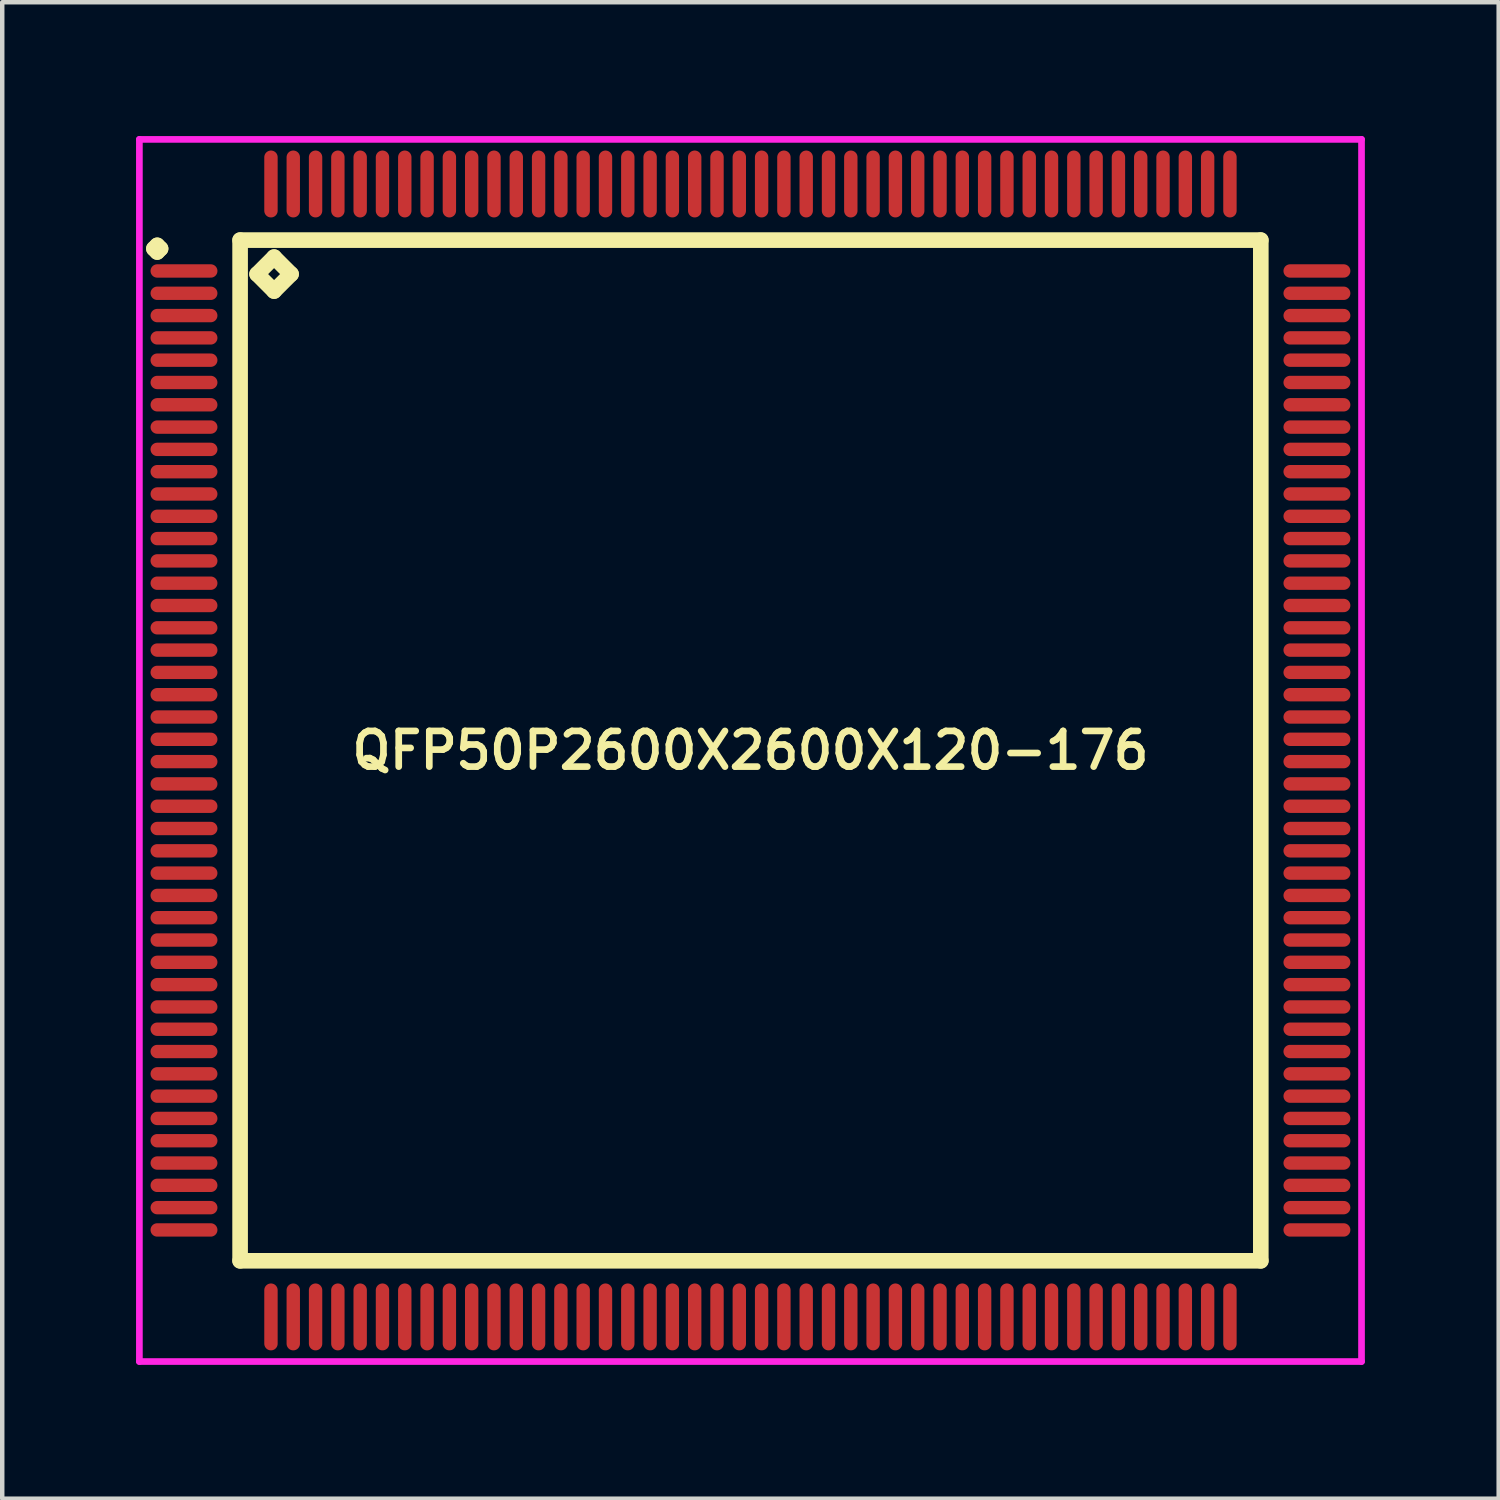
<source format=kicad_pcb>
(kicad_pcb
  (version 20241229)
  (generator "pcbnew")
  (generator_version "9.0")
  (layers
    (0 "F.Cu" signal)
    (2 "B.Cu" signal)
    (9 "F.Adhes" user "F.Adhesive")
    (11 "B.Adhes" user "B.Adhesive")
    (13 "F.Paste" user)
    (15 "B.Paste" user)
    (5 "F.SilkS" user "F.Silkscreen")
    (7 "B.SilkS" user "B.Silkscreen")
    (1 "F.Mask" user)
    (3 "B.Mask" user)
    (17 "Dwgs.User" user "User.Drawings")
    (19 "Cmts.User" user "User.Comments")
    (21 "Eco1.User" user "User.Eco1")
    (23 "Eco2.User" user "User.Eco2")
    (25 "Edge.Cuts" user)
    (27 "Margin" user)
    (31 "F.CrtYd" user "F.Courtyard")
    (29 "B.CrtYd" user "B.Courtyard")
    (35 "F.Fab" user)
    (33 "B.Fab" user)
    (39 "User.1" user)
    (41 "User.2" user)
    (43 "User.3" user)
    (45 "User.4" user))
  (footprint "QFP50P2600X2600X120-176"
    (layer "F.Cu")
    (at 13.775 13.775)
    (property "Reference" "QFP50P2600X2600X120-176" (at 0 0 0) (layer "F.SilkS") (effects (font (size 0.8 0.8) (thickness 0.15))))
    (attr smd)
    (fp_line (start -13.375 -11.25) (end -13.3 -11.325) (stroke (width 0.35) (type solid)) (layer "F.SilkS"))
    (fp_line (start -13.3 -11.325) (end -13.225 -11.25) (stroke (width 0.35) (type solid)) (layer "F.SilkS"))
    (fp_line (start -13.3 -11.175) (end -13.375 -11.25) (stroke (width 0.35) (type solid)) (layer "F.SilkS"))
    (fp_line (start -13.225 -11.25) (end -13.3 -11.175) (stroke (width 0.35) (type solid)) (layer "F.SilkS"))
    (fp_line (start -11.442 -11.442) (end -11.442 11.442) (stroke (width 0.35) (type solid)) (layer "F.SilkS"))
    (fp_line (start -11.442 11.442) (end 11.442 11.442) (stroke (width 0.35) (type solid)) (layer "F.SilkS"))
    (fp_line (start -11.061 -10.68) (end -10.68 -11.061) (stroke (width 0.35) (type solid)) (layer "F.SilkS"))
    (fp_line (start -10.68 -11.061) (end -10.299 -10.68) (stroke (width 0.35) (type solid)) (layer "F.SilkS"))
    (fp_line (start -10.68 -10.299) (end -11.061 -10.68) (stroke (width 0.35) (type solid)) (layer "F.SilkS"))
    (fp_line (start -10.299 -10.68) (end -10.68 -10.299) (stroke (width 0.35) (type solid)) (layer "F.SilkS"))
    (fp_line (start 11.442 -11.442) (end -11.442 -11.442) (stroke (width 0.35) (type solid)) (layer "F.SilkS"))
    (fp_line (start 11.442 11.442) (end 11.442 -11.442) (stroke (width 0.35) (type solid)) (layer "F.SilkS"))
    (fp_line (start -13.7 -13.7) (end 13.7 -13.7) (stroke (width 0.15) (type solid)) (layer "F.CrtYd"))
    (fp_line (start -13.7 13.7) (end -13.7 -13.7) (stroke (width 0.15) (type solid)) (layer "F.CrtYd"))
    (fp_line (start 13.7 -13.7) (end 13.7 13.7) (stroke (width 0.15) (type solid)) (layer "F.CrtYd"))
    (fp_line (start 13.7 13.7) (end -13.7 13.7) (stroke (width 0.15) (type solid)) (layer "F.CrtYd"))
    (pad "1" smd oval (at -12.7 -10.75) (size 1.5 0.3) (layers "F.Cu" "F.Mask" "F.Paste"))
    (pad "2" smd oval (at -12.7 -10.25) (size 1.5 0.3) (layers "F.Cu" "F.Mask" "F.Paste"))
    (pad "3" smd oval (at -12.7 -9.75) (size 1.5 0.3) (layers "F.Cu" "F.Mask" "F.Paste"))
    (pad "4" smd oval (at -12.7 -9.25) (size 1.5 0.3) (layers "F.Cu" "F.Mask" "F.Paste"))
    (pad "5" smd oval (at -12.7 -8.75) (size 1.5 0.3) (layers "F.Cu" "F.Mask" "F.Paste"))
    (pad "6" smd oval (at -12.7 -8.25) (size 1.5 0.3) (layers "F.Cu" "F.Mask" "F.Paste"))
    (pad "7" smd oval (at -12.7 -7.75) (size 1.5 0.3) (layers "F.Cu" "F.Mask" "F.Paste"))
    (pad "8" smd oval (at -12.7 -7.25) (size 1.5 0.3) (layers "F.Cu" "F.Mask" "F.Paste"))
    (pad "9" smd oval (at -12.7 -6.75) (size 1.5 0.3) (layers "F.Cu" "F.Mask" "F.Paste"))
    (pad "10" smd oval (at -12.7 -6.25) (size 1.5 0.3) (layers "F.Cu" "F.Mask" "F.Paste"))
    (pad "11" smd oval (at -12.7 -5.75) (size 1.5 0.3) (layers "F.Cu" "F.Mask" "F.Paste"))
    (pad "12" smd oval (at -12.7 -5.25) (size 1.5 0.3) (layers "F.Cu" "F.Mask" "F.Paste"))
    (pad "13" smd oval (at -12.7 -4.75) (size 1.5 0.3) (layers "F.Cu" "F.Mask" "F.Paste"))
    (pad "14" smd oval (at -12.7 -4.25) (size 1.5 0.3) (layers "F.Cu" "F.Mask" "F.Paste"))
    (pad "15" smd oval (at -12.7 -3.75) (size 1.5 0.3) (layers "F.Cu" "F.Mask" "F.Paste"))
    (pad "16" smd oval (at -12.7 -3.25) (size 1.5 0.3) (layers "F.Cu" "F.Mask" "F.Paste"))
    (pad "17" smd oval (at -12.7 -2.75) (size 1.5 0.3) (layers "F.Cu" "F.Mask" "F.Paste"))
    (pad "18" smd oval (at -12.7 -2.25) (size 1.5 0.3) (layers "F.Cu" "F.Mask" "F.Paste"))
    (pad "19" smd oval (at -12.7 -1.75) (size 1.5 0.3) (layers "F.Cu" "F.Mask" "F.Paste"))
    (pad "20" smd oval (at -12.7 -1.25) (size 1.5 0.3) (layers "F.Cu" "F.Mask" "F.Paste"))
    (pad "21" smd oval (at -12.7 -0.75) (size 1.5 0.3) (layers "F.Cu" "F.Mask" "F.Paste"))
    (pad "22" smd oval (at -12.7 -0.25) (size 1.5 0.3) (layers "F.Cu" "F.Mask" "F.Paste"))
    (pad "23" smd oval (at -12.7 0.25) (size 1.5 0.3) (layers "F.Cu" "F.Mask" "F.Paste"))
    (pad "24" smd oval (at -12.7 0.75) (size 1.5 0.3) (layers "F.Cu" "F.Mask" "F.Paste"))
    (pad "25" smd oval (at -12.7 1.25) (size 1.5 0.3) (layers "F.Cu" "F.Mask" "F.Paste"))
    (pad "26" smd oval (at -12.7 1.75) (size 1.5 0.3) (layers "F.Cu" "F.Mask" "F.Paste"))
    (pad "27" smd oval (at -12.7 2.25) (size 1.5 0.3) (layers "F.Cu" "F.Mask" "F.Paste"))
    (pad "28" smd oval (at -12.7 2.75) (size 1.5 0.3) (layers "F.Cu" "F.Mask" "F.Paste"))
    (pad "29" smd oval (at -12.7 3.25) (size 1.5 0.3) (layers "F.Cu" "F.Mask" "F.Paste"))
    (pad "30" smd oval (at -12.7 3.75) (size 1.5 0.3) (layers "F.Cu" "F.Mask" "F.Paste"))
    (pad "31" smd oval (at -12.7 4.25) (size 1.5 0.3) (layers "F.Cu" "F.Mask" "F.Paste"))
    (pad "32" smd oval (at -12.7 4.75) (size 1.5 0.3) (layers "F.Cu" "F.Mask" "F.Paste"))
    (pad "33" smd oval (at -12.7 5.25) (size 1.5 0.3) (layers "F.Cu" "F.Mask" "F.Paste"))
    (pad "34" smd oval (at -12.7 5.75) (size 1.5 0.3) (layers "F.Cu" "F.Mask" "F.Paste"))
    (pad "35" smd oval (at -12.7 6.25) (size 1.5 0.3) (layers "F.Cu" "F.Mask" "F.Paste"))
    (pad "36" smd oval (at -12.7 6.75) (size 1.5 0.3) (layers "F.Cu" "F.Mask" "F.Paste"))
    (pad "37" smd oval (at -12.7 7.25) (size 1.5 0.3) (layers "F.Cu" "F.Mask" "F.Paste"))
    (pad "38" smd oval (at -12.7 7.75) (size 1.5 0.3) (layers "F.Cu" "F.Mask" "F.Paste"))
    (pad "39" smd oval (at -12.7 8.25) (size 1.5 0.3) (layers "F.Cu" "F.Mask" "F.Paste"))
    (pad "40" smd oval (at -12.7 8.75) (size 1.5 0.3) (layers "F.Cu" "F.Mask" "F.Paste"))
    (pad "41" smd oval (at -12.7 9.25) (size 1.5 0.3) (layers "F.Cu" "F.Mask" "F.Paste"))
    (pad "42" smd oval (at -12.7 9.75) (size 1.5 0.3) (layers "F.Cu" "F.Mask" "F.Paste"))
    (pad "43" smd oval (at -12.7 10.25) (size 1.5 0.3) (layers "F.Cu" "F.Mask" "F.Paste"))
    (pad "44" smd oval (at -12.7 10.75) (size 1.5 0.3) (layers "F.Cu" "F.Mask" "F.Paste"))
    (pad "45" smd oval (at -10.75 12.7) (size 0.3 1.5) (layers "F.Cu" "F.Mask" "F.Paste"))
    (pad "46" smd oval (at -10.25 12.7) (size 0.3 1.5) (layers "F.Cu" "F.Mask" "F.Paste"))
    (pad "47" smd oval (at -9.75 12.7) (size 0.3 1.5) (layers "F.Cu" "F.Mask" "F.Paste"))
    (pad "48" smd oval (at -9.25 12.7) (size 0.3 1.5) (layers "F.Cu" "F.Mask" "F.Paste"))
    (pad "49" smd oval (at -8.75 12.7) (size 0.3 1.5) (layers "F.Cu" "F.Mask" "F.Paste"))
    (pad "50" smd oval (at -8.25 12.7) (size 0.3 1.5) (layers "F.Cu" "F.Mask" "F.Paste"))
    (pad "51" smd oval (at -7.75 12.7) (size 0.3 1.5) (layers "F.Cu" "F.Mask" "F.Paste"))
    (pad "52" smd oval (at -7.25 12.7) (size 0.3 1.5) (layers "F.Cu" "F.Mask" "F.Paste"))
    (pad "53" smd oval (at -6.75 12.7) (size 0.3 1.5) (layers "F.Cu" "F.Mask" "F.Paste"))
    (pad "54" smd oval (at -6.25 12.7) (size 0.3 1.5) (layers "F.Cu" "F.Mask" "F.Paste"))
    (pad "55" smd oval (at -5.75 12.7) (size 0.3 1.5) (layers "F.Cu" "F.Mask" "F.Paste"))
    (pad "56" smd oval (at -5.25 12.7) (size 0.3 1.5) (layers "F.Cu" "F.Mask" "F.Paste"))
    (pad "57" smd oval (at -4.75 12.7) (size 0.3 1.5) (layers "F.Cu" "F.Mask" "F.Paste"))
    (pad "58" smd oval (at -4.25 12.7) (size 0.3 1.5) (layers "F.Cu" "F.Mask" "F.Paste"))
    (pad "59" smd oval (at -3.75 12.7) (size 0.3 1.5) (layers "F.Cu" "F.Mask" "F.Paste"))
    (pad "60" smd oval (at -3.25 12.7) (size 0.3 1.5) (layers "F.Cu" "F.Mask" "F.Paste"))
    (pad "61" smd oval (at -2.75 12.7) (size 0.3 1.5) (layers "F.Cu" "F.Mask" "F.Paste"))
    (pad "62" smd oval (at -2.25 12.7) (size 0.3 1.5) (layers "F.Cu" "F.Mask" "F.Paste"))
    (pad "63" smd oval (at -1.75 12.7) (size 0.3 1.5) (layers "F.Cu" "F.Mask" "F.Paste"))
    (pad "64" smd oval (at -1.25 12.7) (size 0.3 1.5) (layers "F.Cu" "F.Mask" "F.Paste"))
    (pad "65" smd oval (at -0.75 12.7) (size 0.3 1.5) (layers "F.Cu" "F.Mask" "F.Paste"))
    (pad "66" smd oval (at -0.25 12.7) (size 0.3 1.5) (layers "F.Cu" "F.Mask" "F.Paste"))
    (pad "67" smd oval (at 0.25 12.7) (size 0.3 1.5) (layers "F.Cu" "F.Mask" "F.Paste"))
    (pad "68" smd oval (at 0.75 12.7) (size 0.3 1.5) (layers "F.Cu" "F.Mask" "F.Paste"))
    (pad "69" smd oval (at 1.25 12.7) (size 0.3 1.5) (layers "F.Cu" "F.Mask" "F.Paste"))
    (pad "70" smd oval (at 1.75 12.7) (size 0.3 1.5) (layers "F.Cu" "F.Mask" "F.Paste"))
    (pad "71" smd oval (at 2.25 12.7) (size 0.3 1.5) (layers "F.Cu" "F.Mask" "F.Paste"))
    (pad "72" smd oval (at 2.75 12.7) (size 0.3 1.5) (layers "F.Cu" "F.Mask" "F.Paste"))
    (pad "73" smd oval (at 3.25 12.7) (size 0.3 1.5) (layers "F.Cu" "F.Mask" "F.Paste"))
    (pad "74" smd oval (at 3.75 12.7) (size 0.3 1.5) (layers "F.Cu" "F.Mask" "F.Paste"))
    (pad "75" smd oval (at 4.25 12.7) (size 0.3 1.5) (layers "F.Cu" "F.Mask" "F.Paste"))
    (pad "76" smd oval (at 4.75 12.7) (size 0.3 1.5) (layers "F.Cu" "F.Mask" "F.Paste"))
    (pad "77" smd oval (at 5.25 12.7) (size 0.3 1.5) (layers "F.Cu" "F.Mask" "F.Paste"))
    (pad "78" smd oval (at 5.75 12.7) (size 0.3 1.5) (layers "F.Cu" "F.Mask" "F.Paste"))
    (pad "79" smd oval (at 6.25 12.7) (size 0.3 1.5) (layers "F.Cu" "F.Mask" "F.Paste"))
    (pad "80" smd oval (at 6.75 12.7) (size 0.3 1.5) (layers "F.Cu" "F.Mask" "F.Paste"))
    (pad "81" smd oval (at 7.25 12.7) (size 0.3 1.5) (layers "F.Cu" "F.Mask" "F.Paste"))
    (pad "82" smd oval (at 7.75 12.7) (size 0.3 1.5) (layers "F.Cu" "F.Mask" "F.Paste"))
    (pad "83" smd oval (at 8.25 12.7) (size 0.3 1.5) (layers "F.Cu" "F.Mask" "F.Paste"))
    (pad "84" smd oval (at 8.75 12.7) (size 0.3 1.5) (layers "F.Cu" "F.Mask" "F.Paste"))
    (pad "85" smd oval (at 9.25 12.7) (size 0.3 1.5) (layers "F.Cu" "F.Mask" "F.Paste"))
    (pad "86" smd oval (at 9.75 12.7) (size 0.3 1.5) (layers "F.Cu" "F.Mask" "F.Paste"))
    (pad "87" smd oval (at 10.25 12.7) (size 0.3 1.5) (layers "F.Cu" "F.Mask" "F.Paste"))
    (pad "88" smd oval (at 10.75 12.7) (size 0.3 1.5) (layers "F.Cu" "F.Mask" "F.Paste"))
    (pad "89" smd oval (at 12.7 10.75) (size 1.5 0.3) (layers "F.Cu" "F.Mask" "F.Paste"))
    (pad "90" smd oval (at 12.7 10.25) (size 1.5 0.3) (layers "F.Cu" "F.Mask" "F.Paste"))
    (pad "91" smd oval (at 12.7 9.75) (size 1.5 0.3) (layers "F.Cu" "F.Mask" "F.Paste"))
    (pad "92" smd oval (at 12.7 9.25) (size 1.5 0.3) (layers "F.Cu" "F.Mask" "F.Paste"))
    (pad "93" smd oval (at 12.7 8.75) (size 1.5 0.3) (layers "F.Cu" "F.Mask" "F.Paste"))
    (pad "94" smd oval (at 12.7 8.25) (size 1.5 0.3) (layers "F.Cu" "F.Mask" "F.Paste"))
    (pad "95" smd oval (at 12.7 7.75) (size 1.5 0.3) (layers "F.Cu" "F.Mask" "F.Paste"))
    (pad "96" smd oval (at 12.7 7.25) (size 1.5 0.3) (layers "F.Cu" "F.Mask" "F.Paste"))
    (pad "97" smd oval (at 12.7 6.75) (size 1.5 0.3) (layers "F.Cu" "F.Mask" "F.Paste"))
    (pad "98" smd oval (at 12.7 6.25) (size 1.5 0.3) (layers "F.Cu" "F.Mask" "F.Paste"))
    (pad "99" smd oval (at 12.7 5.75) (size 1.5 0.3) (layers "F.Cu" "F.Mask" "F.Paste"))
    (pad "100" smd oval (at 12.7 5.25) (size 1.5 0.3) (layers "F.Cu" "F.Mask" "F.Paste"))
    (pad "101" smd oval (at 12.7 4.75) (size 1.5 0.3) (layers "F.Cu" "F.Mask" "F.Paste"))
    (pad "102" smd oval (at 12.7 4.25) (size 1.5 0.3) (layers "F.Cu" "F.Mask" "F.Paste"))
    (pad "103" smd oval (at 12.7 3.75) (size 1.5 0.3) (layers "F.Cu" "F.Mask" "F.Paste"))
    (pad "104" smd oval (at 12.7 3.25) (size 1.5 0.3) (layers "F.Cu" "F.Mask" "F.Paste"))
    (pad "105" smd oval (at 12.7 2.75) (size 1.5 0.3) (layers "F.Cu" "F.Mask" "F.Paste"))
    (pad "106" smd oval (at 12.7 2.25) (size 1.5 0.3) (layers "F.Cu" "F.Mask" "F.Paste"))
    (pad "107" smd oval (at 12.7 1.75) (size 1.5 0.3) (layers "F.Cu" "F.Mask" "F.Paste"))
    (pad "108" smd oval (at 12.7 1.25) (size 1.5 0.3) (layers "F.Cu" "F.Mask" "F.Paste"))
    (pad "109" smd oval (at 12.7 0.75) (size 1.5 0.3) (layers "F.Cu" "F.Mask" "F.Paste"))
    (pad "110" smd oval (at 12.7 0.25) (size 1.5 0.3) (layers "F.Cu" "F.Mask" "F.Paste"))
    (pad "111" smd oval (at 12.7 -0.25) (size 1.5 0.3) (layers "F.Cu" "F.Mask" "F.Paste"))
    (pad "112" smd oval (at 12.7 -0.75) (size 1.5 0.3) (layers "F.Cu" "F.Mask" "F.Paste"))
    (pad "113" smd oval (at 12.7 -1.25) (size 1.5 0.3) (layers "F.Cu" "F.Mask" "F.Paste"))
    (pad "114" smd oval (at 12.7 -1.75) (size 1.5 0.3) (layers "F.Cu" "F.Mask" "F.Paste"))
    (pad "115" smd oval (at 12.7 -2.25) (size 1.5 0.3) (layers "F.Cu" "F.Mask" "F.Paste"))
    (pad "116" smd oval (at 12.7 -2.75) (size 1.5 0.3) (layers "F.Cu" "F.Mask" "F.Paste"))
    (pad "117" smd oval (at 12.7 -3.25) (size 1.5 0.3) (layers "F.Cu" "F.Mask" "F.Paste"))
    (pad "118" smd oval (at 12.7 -3.75) (size 1.5 0.3) (layers "F.Cu" "F.Mask" "F.Paste"))
    (pad "119" smd oval (at 12.7 -4.25) (size 1.5 0.3) (layers "F.Cu" "F.Mask" "F.Paste"))
    (pad "120" smd oval (at 12.7 -4.75) (size 1.5 0.3) (layers "F.Cu" "F.Mask" "F.Paste"))
    (pad "121" smd oval (at 12.7 -5.25) (size 1.5 0.3) (layers "F.Cu" "F.Mask" "F.Paste"))
    (pad "122" smd oval (at 12.7 -5.75) (size 1.5 0.3) (layers "F.Cu" "F.Mask" "F.Paste"))
    (pad "123" smd oval (at 12.7 -6.25) (size 1.5 0.3) (layers "F.Cu" "F.Mask" "F.Paste"))
    (pad "124" smd oval (at 12.7 -6.75) (size 1.5 0.3) (layers "F.Cu" "F.Mask" "F.Paste"))
    (pad "125" smd oval (at 12.7 -7.25) (size 1.5 0.3) (layers "F.Cu" "F.Mask" "F.Paste"))
    (pad "126" smd oval (at 12.7 -7.75) (size 1.5 0.3) (layers "F.Cu" "F.Mask" "F.Paste"))
    (pad "127" smd oval (at 12.7 -8.25) (size 1.5 0.3) (layers "F.Cu" "F.Mask" "F.Paste"))
    (pad "128" smd oval (at 12.7 -8.75) (size 1.5 0.3) (layers "F.Cu" "F.Mask" "F.Paste"))
    (pad "129" smd oval (at 12.7 -9.25) (size 1.5 0.3) (layers "F.Cu" "F.Mask" "F.Paste"))
    (pad "130" smd oval (at 12.7 -9.75) (size 1.5 0.3) (layers "F.Cu" "F.Mask" "F.Paste"))
    (pad "131" smd oval (at 12.7 -10.25) (size 1.5 0.3) (layers "F.Cu" "F.Mask" "F.Paste"))
    (pad "132" smd oval (at 12.7 -10.75) (size 1.5 0.3) (layers "F.Cu" "F.Mask" "F.Paste"))
    (pad "133" smd oval (at 10.75 -12.7) (size 0.3 1.5) (layers "F.Cu" "F.Mask" "F.Paste"))
    (pad "134" smd oval (at 10.25 -12.7) (size 0.3 1.5) (layers "F.Cu" "F.Mask" "F.Paste"))
    (pad "135" smd oval (at 9.75 -12.7) (size 0.3 1.5) (layers "F.Cu" "F.Mask" "F.Paste"))
    (pad "136" smd oval (at 9.25 -12.7) (size 0.3 1.5) (layers "F.Cu" "F.Mask" "F.Paste"))
    (pad "137" smd oval (at 8.75 -12.7) (size 0.3 1.5) (layers "F.Cu" "F.Mask" "F.Paste"))
    (pad "138" smd oval (at 8.25 -12.7) (size 0.3 1.5) (layers "F.Cu" "F.Mask" "F.Paste"))
    (pad "139" smd oval (at 7.75 -12.7) (size 0.3 1.5) (layers "F.Cu" "F.Mask" "F.Paste"))
    (pad "140" smd oval (at 7.25 -12.7) (size 0.3 1.5) (layers "F.Cu" "F.Mask" "F.Paste"))
    (pad "141" smd oval (at 6.75 -12.7) (size 0.3 1.5) (layers "F.Cu" "F.Mask" "F.Paste"))
    (pad "142" smd oval (at 6.25 -12.7) (size 0.3 1.5) (layers "F.Cu" "F.Mask" "F.Paste"))
    (pad "143" smd oval (at 5.75 -12.7) (size 0.3 1.5) (layers "F.Cu" "F.Mask" "F.Paste"))
    (pad "144" smd oval (at 5.25 -12.7) (size 0.3 1.5) (layers "F.Cu" "F.Mask" "F.Paste"))
    (pad "145" smd oval (at 4.75 -12.7) (size 0.3 1.5) (layers "F.Cu" "F.Mask" "F.Paste"))
    (pad "146" smd oval (at 4.25 -12.7) (size 0.3 1.5) (layers "F.Cu" "F.Mask" "F.Paste"))
    (pad "147" smd oval (at 3.75 -12.7) (size 0.3 1.5) (layers "F.Cu" "F.Mask" "F.Paste"))
    (pad "148" smd oval (at 3.25 -12.7) (size 0.3 1.5) (layers "F.Cu" "F.Mask" "F.Paste"))
    (pad "149" smd oval (at 2.75 -12.7) (size 0.3 1.5) (layers "F.Cu" "F.Mask" "F.Paste"))
    (pad "150" smd oval (at 2.25 -12.7) (size 0.3 1.5) (layers "F.Cu" "F.Mask" "F.Paste"))
    (pad "151" smd oval (at 1.75 -12.7) (size 0.3 1.5) (layers "F.Cu" "F.Mask" "F.Paste"))
    (pad "152" smd oval (at 1.25 -12.7) (size 0.3 1.5) (layers "F.Cu" "F.Mask" "F.Paste"))
    (pad "153" smd oval (at 0.75 -12.7) (size 0.3 1.5) (layers "F.Cu" "F.Mask" "F.Paste"))
    (pad "154" smd oval (at 0.25 -12.7) (size 0.3 1.5) (layers "F.Cu" "F.Mask" "F.Paste"))
    (pad "155" smd oval (at -0.25 -12.7) (size 0.3 1.5) (layers "F.Cu" "F.Mask" "F.Paste"))
    (pad "156" smd oval (at -0.75 -12.7) (size 0.3 1.5) (layers "F.Cu" "F.Mask" "F.Paste"))
    (pad "157" smd oval (at -1.25 -12.7) (size 0.3 1.5) (layers "F.Cu" "F.Mask" "F.Paste"))
    (pad "158" smd oval (at -1.75 -12.7) (size 0.3 1.5) (layers "F.Cu" "F.Mask" "F.Paste"))
    (pad "159" smd oval (at -2.25 -12.7) (size 0.3 1.5) (layers "F.Cu" "F.Mask" "F.Paste"))
    (pad "160" smd oval (at -2.75 -12.7) (size 0.3 1.5) (layers "F.Cu" "F.Mask" "F.Paste"))
    (pad "161" smd oval (at -3.25 -12.7) (size 0.3 1.5) (layers "F.Cu" "F.Mask" "F.Paste"))
    (pad "162" smd oval (at -3.75 -12.7) (size 0.3 1.5) (layers "F.Cu" "F.Mask" "F.Paste"))
    (pad "163" smd oval (at -4.25 -12.7) (size 0.3 1.5) (layers "F.Cu" "F.Mask" "F.Paste"))
    (pad "164" smd oval (at -4.75 -12.7) (size 0.3 1.5) (layers "F.Cu" "F.Mask" "F.Paste"))
    (pad "165" smd oval (at -5.25 -12.7) (size 0.3 1.5) (layers "F.Cu" "F.Mask" "F.Paste"))
    (pad "166" smd oval (at -5.75 -12.7) (size 0.3 1.5) (layers "F.Cu" "F.Mask" "F.Paste"))
    (pad "167" smd oval (at -6.25 -12.7) (size 0.3 1.5) (layers "F.Cu" "F.Mask" "F.Paste"))
    (pad "168" smd oval (at -6.75 -12.7) (size 0.3 1.5) (layers "F.Cu" "F.Mask" "F.Paste"))
    (pad "169" smd oval (at -7.25 -12.7) (size 0.3 1.5) (layers "F.Cu" "F.Mask" "F.Paste"))
    (pad "170" smd oval (at -7.75 -12.7) (size 0.3 1.5) (layers "F.Cu" "F.Mask" "F.Paste"))
    (pad "171" smd oval (at -8.25 -12.7) (size 0.3 1.5) (layers "F.Cu" "F.Mask" "F.Paste"))
    (pad "172" smd oval (at -8.75 -12.7) (size 0.3 1.5) (layers "F.Cu" "F.Mask" "F.Paste"))
    (pad "173" smd oval (at -9.25 -12.7) (size 0.3 1.5) (layers "F.Cu" "F.Mask" "F.Paste"))
    (pad "174" smd oval (at -9.75 -12.7) (size 0.3 1.5) (layers "F.Cu" "F.Mask" "F.Paste"))
    (pad "175" smd oval (at -10.25 -12.7) (size 0.3 1.5) (layers "F.Cu" "F.Mask" "F.Paste"))
    (pad "176" smd oval (at -10.75 -12.7) (size 0.3 1.5) (layers "F.Cu" "F.Mask" "F.Paste")))
  (gr_rect
    (start -3 -3)
    (end 30.55 30.55)
    (stroke (width 0.1) (type default))
    (fill no)
    (layer "Edge.Cuts")))
</source>
